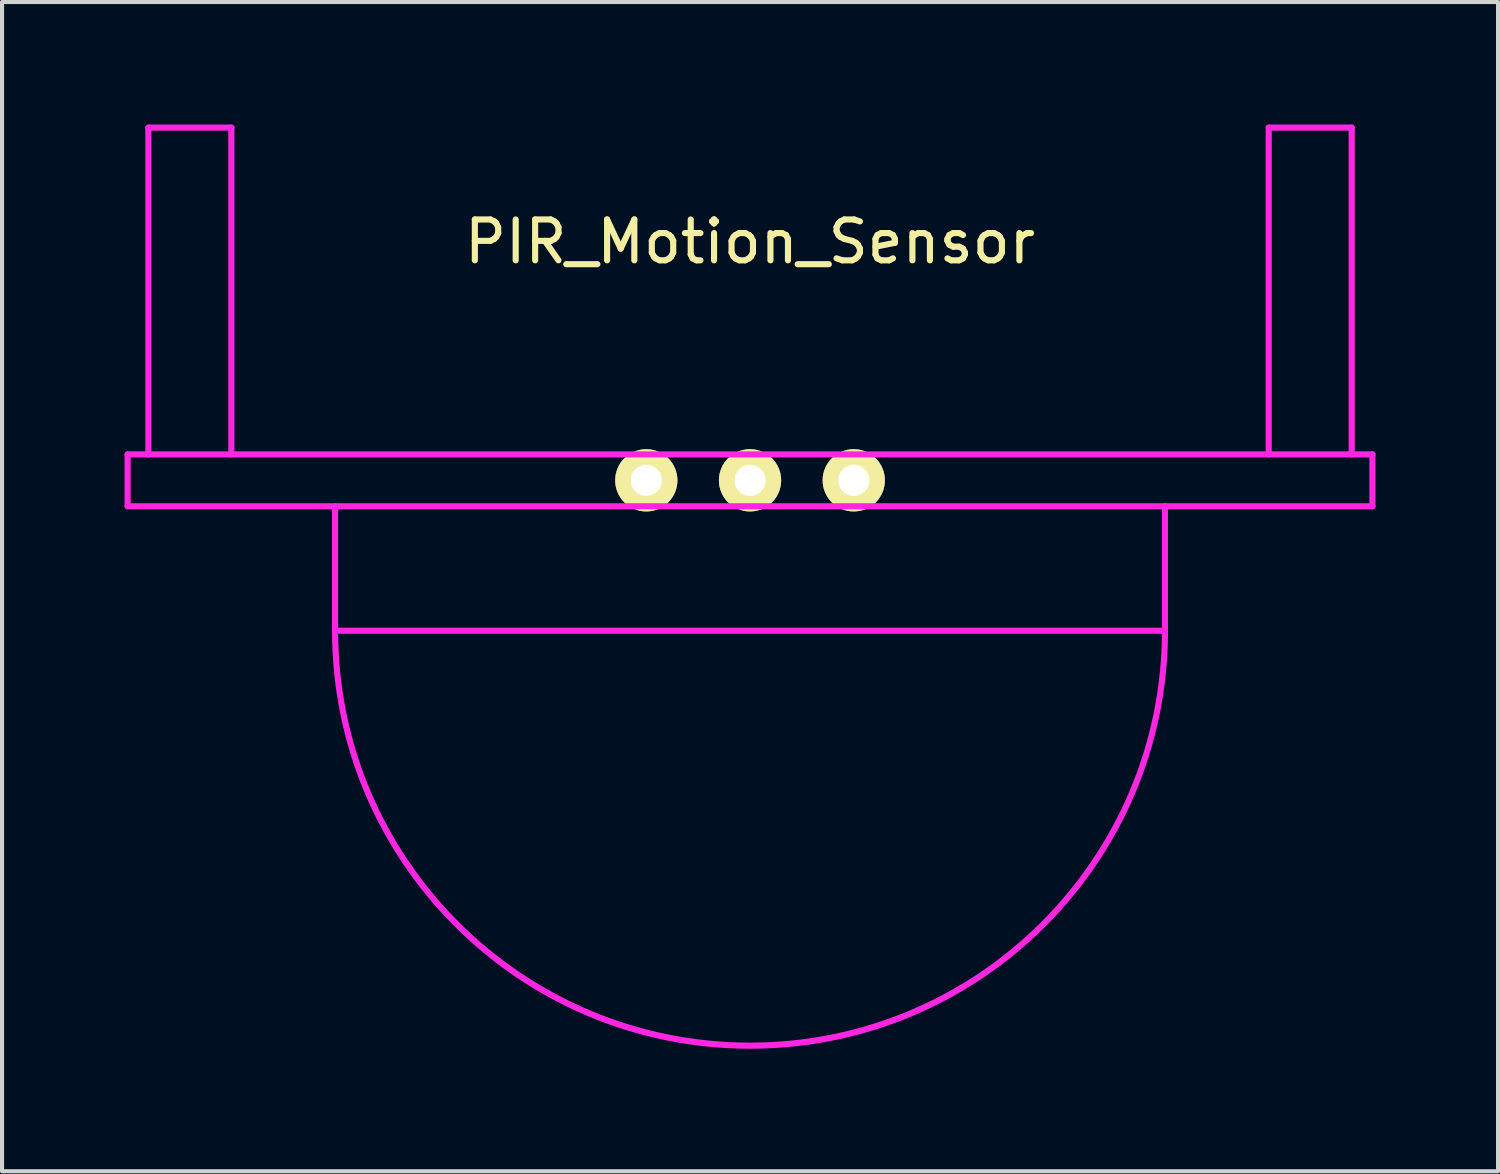
<source format=kicad_pcb>
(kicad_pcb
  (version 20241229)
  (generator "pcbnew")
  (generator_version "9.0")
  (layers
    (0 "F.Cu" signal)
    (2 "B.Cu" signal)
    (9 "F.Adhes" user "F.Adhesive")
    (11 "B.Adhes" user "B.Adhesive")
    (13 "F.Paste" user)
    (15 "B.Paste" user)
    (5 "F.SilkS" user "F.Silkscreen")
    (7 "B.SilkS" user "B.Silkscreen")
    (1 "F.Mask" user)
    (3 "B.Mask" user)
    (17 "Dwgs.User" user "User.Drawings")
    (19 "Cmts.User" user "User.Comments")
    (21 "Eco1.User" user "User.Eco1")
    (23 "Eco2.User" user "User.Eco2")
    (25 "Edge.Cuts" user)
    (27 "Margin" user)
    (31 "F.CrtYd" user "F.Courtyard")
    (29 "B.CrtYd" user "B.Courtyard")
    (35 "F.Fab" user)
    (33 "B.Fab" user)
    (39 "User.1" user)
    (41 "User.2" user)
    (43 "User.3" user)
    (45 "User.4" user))
  (footprint "PIR_Motion_Sensor"
    (layer "F.Cu")
    (at 15.315 8.711)
    (property "Reference" "PIR_Motion_Sensor" (at 0 -5.842 180) (layer "F.SilkS") (effects (font (size 1 1) (thickness 0.15))))
    (attr through_hole)
    (fp_line (start -15.24 -0.635) (end -15.24 0.635) (stroke (width 0.15) (type solid)) (layer "F.CrtYd"))
    (fp_line (start -15.24 0.635) (end 15.24 0.635) (stroke (width 0.15) (type solid)) (layer "F.CrtYd"))
    (fp_line (start -14.732 -8.636) (end -12.7 -8.636) (stroke (width 0.15) (type solid)) (layer "F.CrtYd"))
    (fp_line (start -14.732 -0.635) (end -14.732 -8.636) (stroke (width 0.15) (type solid)) (layer "F.CrtYd"))
    (fp_line (start -12.7 -8.636) (end -12.7 -0.635) (stroke (width 0.15) (type solid)) (layer "F.CrtYd"))
    (fp_line (start -10.16 0.635) (end -10.16 3.683) (stroke (width 0.15) (type solid)) (layer "F.CrtYd"))
    (fp_line (start -10.16 3.683) (end 10.16 3.683) (stroke (width 0.15) (type solid)) (layer "F.CrtYd"))
    (fp_line (start 10.16 3.683) (end 10.16 0.635) (stroke (width 0.15) (type solid)) (layer "F.CrtYd"))
    (fp_line (start 12.7 -8.636) (end 14.732 -8.636) (stroke (width 0.15) (type solid)) (layer "F.CrtYd"))
    (fp_line (start 12.7 -0.635) (end 12.7 -8.636) (stroke (width 0.15) (type solid)) (layer "F.CrtYd"))
    (fp_line (start 14.732 -8.636) (end 14.732 -0.635) (stroke (width 0.15) (type solid)) (layer "F.CrtYd"))
    (fp_line (start 15.24 -0.635) (end -15.24 -0.635) (stroke (width 0.15) (type solid)) (layer "F.CrtYd"))
    (fp_line (start 15.24 0.635) (end 15.24 -0.635) (stroke (width 0.15) (type solid)) (layer "F.CrtYd"))
    (fp_arc (start 10.16 3.683) (mid 0 13.843) (end -10.16 3.683) (stroke (width 0.15) (type solid)) (layer "F.CrtYd"))
    (pad "1" thru_hole circle (at 2.54 0) (size 1.524 1.524) (drill 0.762) (layers "*.Cu" "*.Mask" "F.SilkS"))
    (pad "2" thru_hole circle (at 0 0) (size 1.524 1.524) (drill 0.762) (layers "*.Cu" "*.Mask" "F.SilkS"))
    (pad "3" thru_hole circle (at -2.54 0) (size 1.524 1.524) (drill 0.762) (layers "*.Cu" "*.Mask" "F.SilkS")))
  (gr_rect
    (start -3 -3)
    (end 33.63 25.629)
    (stroke (width 0.1) (type default))
    (fill no)
    (layer "Edge.Cuts")))
</source>
